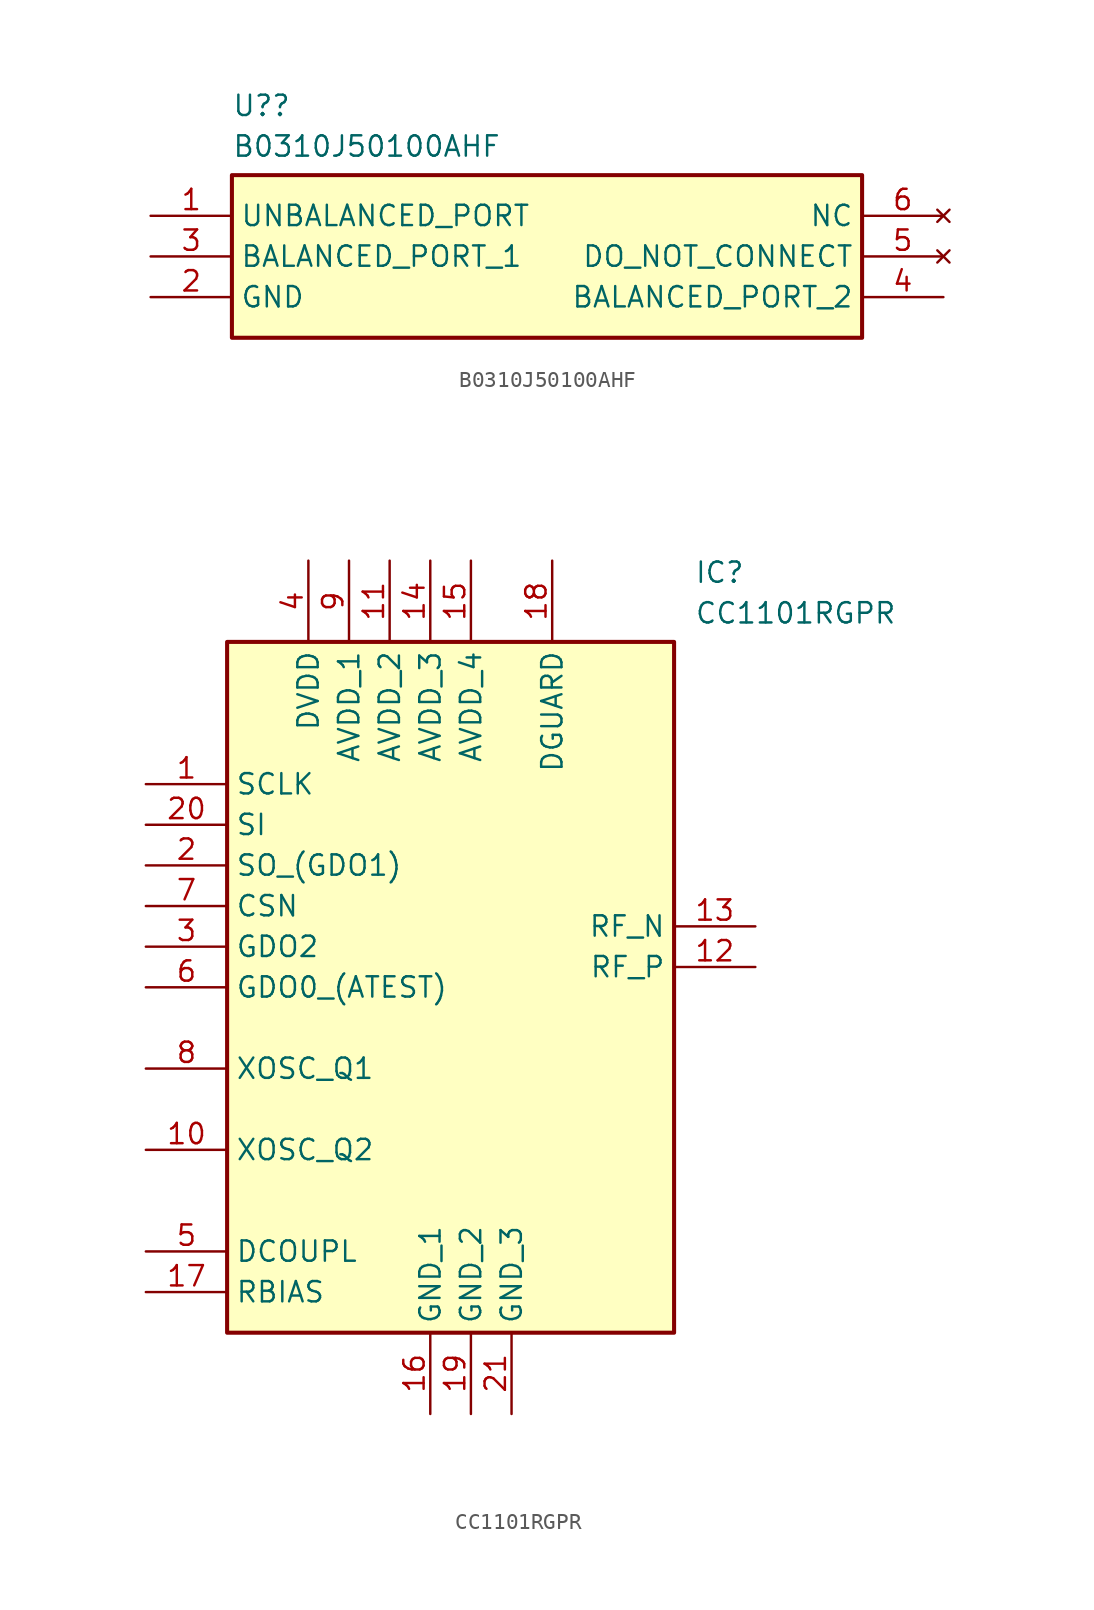
<source format=kicad_sym>
(kicad_symbol_lib
  (version 20220914)
  (generator kicad_symbol_editor)
  (symbol "B0310J50100AHF"
    (property "Reference" "U?"
      (at 5.08 7.62 0)
      (effects (font (size 1.27 1.27)) (justify left top)))
    (property "Value" "B0310J50100AHF"
      (at 5.08 5.08 0)
      (effects (font (size 1.27 1.27)) (justify left top)))
    (symbol "B0310J50100AHF_1_1"
      (rectangle (start 5.08 2.54) (end 44.45 -7.62) (stroke (width 0.254) (type default)) (fill (type background)))
      (pin passive line (at 0 0 0) (length 5.08) (name "UNBALANCED_PORT" (effects (font (size 1.27 1.27)))) (number "1" (effects (font (size 1.27 1.27)))))
      (pin passive line (at 0 -5.08 0) (length 5.08) (name "GND" (effects (font (size 1.27 1.27)))) (number "2" (effects (font (size 1.27 1.27)))))
      (pin passive line (at 0 -2.54 0) (length 5.08) (name "BALANCED_PORT_1" (effects (font (size 1.27 1.27)))) (number "3" (effects (font (size 1.27 1.27)))))
      (pin passive line (at 49.53 -5.08 180) (length 5.08) (name "BALANCED_PORT_2" (effects (font (size 1.27 1.27)))) (number "4" (effects (font (size 1.27 1.27)))))
      (pin no_connect line (at 49.53 -2.54 180) (length 5.08) (name "DO_NOT_CONNECT" (effects (font (size 1.27 1.27)))) (number "5" (effects (font (size 1.27 1.27)))))
      (pin no_connect line (at 49.53 0 180) (length 5.08) (name "NC" (effects (font (size 1.27 1.27)))) (number "6" (effects (font (size 1.27 1.27)))))))
  (symbol "CC1101RGPR"
    (property "Reference" "IC"
      (at 34.29 17.78 0)
      (effects (font (size 1.27 1.27)) (justify left top)))
    (property "Value" "CC1101RGPR"
      (at 34.29 15.24 0)
      (effects (font (size 1.27 1.27)) (justify left top)))
    (symbol "CC1101RGPR_1_1"
      (rectangle (start 5.08 12.7) (end 33.02 -30.48) (stroke (width 0.254) (type default)) (fill (type background)))
      (pin passive line (at 0 3.81 0) (length 5.08) (name "SCLK" (effects (font (size 1.27 1.27)))) (number "1" (effects (font (size 1.27 1.27)))))
      (pin passive line (at 0 -19.05 0) (length 5.08) (name "XOSC_Q2" (effects (font (size 1.27 1.27)))) (number "10" (effects (font (size 1.27 1.27)))))
      (pin passive line (at 15.24 17.78 270) (length 5.08) (name "AVDD_2" (effects (font (size 1.27 1.27)))) (number "11" (effects (font (size 1.27 1.27)))))
      (pin passive line (at 38.1 -7.62 180) (length 5.08) (name "RF_P" (effects (font (size 1.27 1.27)))) (number "12" (effects (font (size 1.27 1.27)))))
      (pin passive line (at 38.1 -5.08 180) (length 5.08) (name "RF_N" (effects (font (size 1.27 1.27)))) (number "13" (effects (font (size 1.27 1.27)))))
      (pin passive line (at 17.78 17.78 270) (length 5.08) (name "AVDD_3" (effects (font (size 1.27 1.27)))) (number "14" (effects (font (size 1.27 1.27)))))
      (pin passive line (at 20.32 17.78 270) (length 5.08) (name "AVDD_4" (effects (font (size 1.27 1.27)))) (number "15" (effects (font (size 1.27 1.27)))))
      (pin passive line (at 17.78 -35.56 90) (length 5.08) (name "GND_1" (effects (font (size 1.27 1.27)))) (number "16" (effects (font (size 1.27 1.27)))))
      (pin passive line (at 0 -27.94 0) (length 5.08) (name "RBIAS" (effects (font (size 1.27 1.27)))) (number "17" (effects (font (size 1.27 1.27)))))
      (pin passive line (at 25.4 17.78 270) (length 5.08) (name "DGUARD" (effects (font (size 1.27 1.27)))) (number "18" (effects (font (size 1.27 1.27)))))
      (pin passive line (at 20.32 -35.56 90) (length 5.08) (name "GND_2" (effects (font (size 1.27 1.27)))) (number "19" (effects (font (size 1.27 1.27)))))
      (pin passive line (at 0 -1.27 0) (length 5.08) (name "SO_(GDO1)" (effects (font (size 1.27 1.27)))) (number "2" (effects (font (size 1.27 1.27)))))
      (pin passive line (at 0 1.27 0) (length 5.08) (name "SI" (effects (font (size 1.27 1.27)))) (number "20" (effects (font (size 1.27 1.27)))))
      (pin passive line (at 22.86 -35.56 90) (length 5.08) (name "GND_3" (effects (font (size 1.27 1.27)))) (number "21" (effects (font (size 1.27 1.27)))))
      (pin passive line (at 0 -6.35 0) (length 5.08) (name "GDO2" (effects (font (size 1.27 1.27)))) (number "3" (effects (font (size 1.27 1.27)))))
      (pin passive line (at 10.16 17.78 270) (length 5.08) (name "DVDD" (effects (font (size 1.27 1.27)))) (number "4" (effects (font (size 1.27 1.27)))))
      (pin passive line (at 0 -25.4 0) (length 5.08) (name "DCOUPL" (effects (font (size 1.27 1.27)))) (number "5" (effects (font (size 1.27 1.27)))))
      (pin passive line (at 0 -8.89 0) (length 5.08) (name "GDO0_(ATEST)" (effects (font (size 1.27 1.27)))) (number "6" (effects (font (size 1.27 1.27)))))
      (pin passive line (at 0 -3.81 0) (length 5.08) (name "CSN" (effects (font (size 1.27 1.27)))) (number "7" (effects (font (size 1.27 1.27)))))
      (pin passive line (at 0 -13.97 0) (length 5.08) (name "XOSC_Q1" (effects (font (size 1.27 1.27)))) (number "8" (effects (font (size 1.27 1.27)))))
      (pin passive line (at 12.7 17.78 270) (length 5.08) (name "AVDD_1" (effects (font (size 1.27 1.27)))) (number "9" (effects (font (size 1.27 1.27))))))))
</source>
